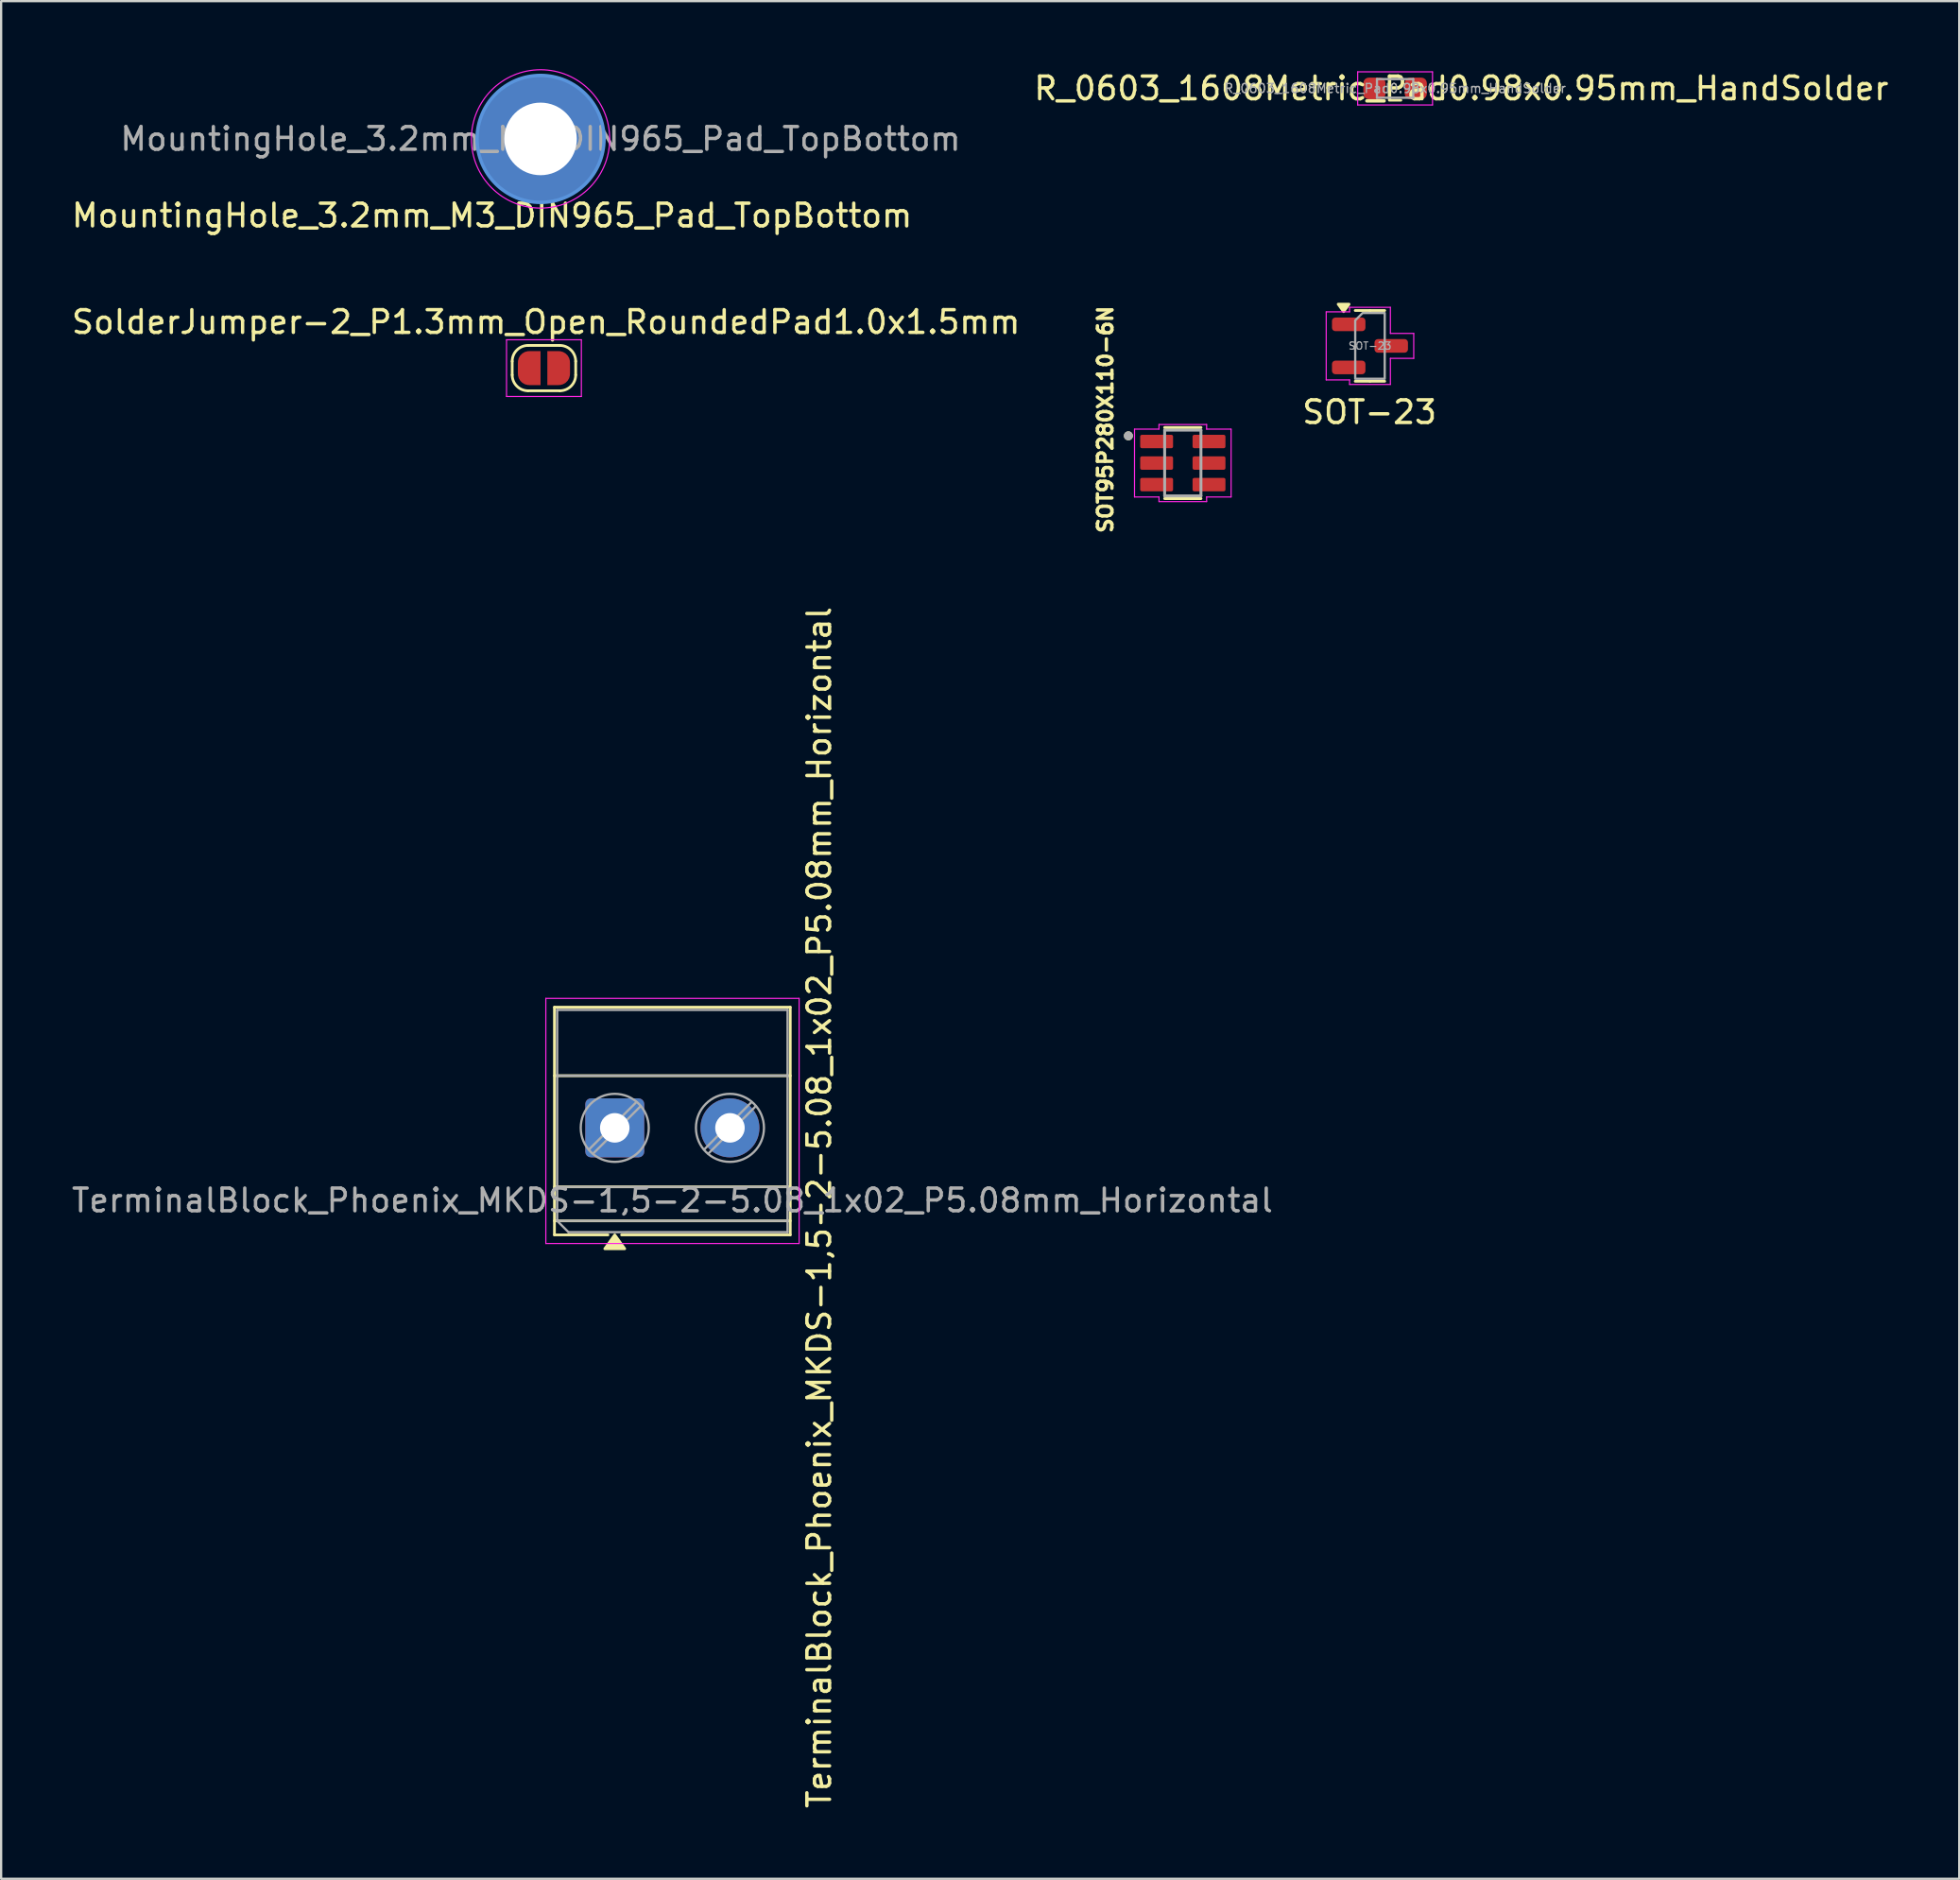
<source format=kicad_pcb>
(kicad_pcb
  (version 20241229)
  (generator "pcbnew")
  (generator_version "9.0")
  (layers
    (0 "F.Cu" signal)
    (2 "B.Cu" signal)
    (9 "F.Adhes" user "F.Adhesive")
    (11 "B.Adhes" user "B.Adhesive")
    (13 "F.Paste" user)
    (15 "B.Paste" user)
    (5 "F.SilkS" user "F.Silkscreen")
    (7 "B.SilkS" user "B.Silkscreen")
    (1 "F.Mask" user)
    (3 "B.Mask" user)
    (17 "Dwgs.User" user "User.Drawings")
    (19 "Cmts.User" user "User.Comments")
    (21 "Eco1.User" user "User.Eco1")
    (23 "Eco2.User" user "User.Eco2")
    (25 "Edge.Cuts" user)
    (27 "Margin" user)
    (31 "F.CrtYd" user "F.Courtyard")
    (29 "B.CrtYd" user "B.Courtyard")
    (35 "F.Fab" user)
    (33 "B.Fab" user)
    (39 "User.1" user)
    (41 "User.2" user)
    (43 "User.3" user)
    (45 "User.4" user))
  (footprint "MountingHole_3.2mm_M3_DIN965_Pad_TopBottom"
    (layer "F.Cu")
    (at 20.788 3.075)
    (property "Reference" "MountingHole_3.2mm_M3_DIN965_Pad_TopBottom" (at -2.139 3.378 0) (layer "F.SilkS") (effects (font (size 1 1) (thickness 0.15))))
    (attr exclude_from_pos_files exclude_from_bom)
    (fp_circle (center 0 0) (end 2.8 0) (stroke (width 0.15) (type solid)) (fill no) (layer "Cmts.User"))
    (fp_circle (center 0 0) (end 3.05 0) (stroke (width 0.05) (type solid)) (fill no) (layer "F.CrtYd"))
    (fp_text user "${REFERENCE}" (at 0 0 0) (layer "F.Fab") (effects (font (size 1 1) (thickness 0.15))))
    (pad "1" thru_hole circle (at 0 0) (size 3.6 3.6) (drill 3.2) (layers "*.Cu" "*.Mask"))
    (pad "1" connect circle (at 0 0) (size 5.6 5.6) (layers "F.Cu" "F.Mask"))
    (pad "1" connect circle (at 0 0) (size 5.6 5.6) (layers "B.Cu" "B.Mask")))
  (footprint "R_0603_1608Metric_Pad0.98x0.95mm_HandSolder"
    (layer "F.Cu")
    (at 58.474 0.848)
    (property "Reference" "R_0603_1608Metric_Pad0.98x0.95mm_HandSolder" (at 2.921 0 180) (layer "F.SilkS") (effects (font (size 1 1) (thickness 0.15))))
    (attr smd)
    (fp_line (start -0.255 -0.522) (end 0.255 -0.522) (stroke (width 0.12) (type solid)) (layer "F.SilkS"))
    (fp_line (start -0.255 0.522) (end 0.255 0.522) (stroke (width 0.12) (type solid)) (layer "F.SilkS"))
    (fp_line (start -1.65 -0.73) (end 1.65 -0.73) (stroke (width 0.05) (type solid)) (layer "F.CrtYd"))
    (fp_line (start -1.65 0.73) (end -1.65 -0.73) (stroke (width 0.05) (type solid)) (layer "F.CrtYd"))
    (fp_line (start 1.65 -0.73) (end 1.65 0.73) (stroke (width 0.05) (type solid)) (layer "F.CrtYd"))
    (fp_line (start 1.65 0.73) (end -1.65 0.73) (stroke (width 0.05) (type solid)) (layer "F.CrtYd"))
    (fp_line (start -0.8 -0.412) (end 0.8 -0.412) (stroke (width 0.1) (type solid)) (layer "F.Fab"))
    (fp_line (start -0.8 0.412) (end -0.8 -0.412) (stroke (width 0.1) (type solid)) (layer "F.Fab"))
    (fp_line (start 0.8 -0.412) (end 0.8 0.412) (stroke (width 0.1) (type solid)) (layer "F.Fab"))
    (fp_line (start 0.8 0.412) (end -0.8 0.412) (stroke (width 0.1) (type solid)) (layer "F.Fab"))
    (fp_text user "${REFERENCE}" (at 0 0 180) (layer "F.Fab") (effects (font (size 0.4 0.4) (thickness 0.06))))
    (pad "1" smd roundrect (at -0.912 0) (size 0.975 0.95) (layers "F.Cu" "F.Mask" "F.Paste") (roundrect_rratio 0.25))
    (pad "2" smd roundrect (at 0.912 0) (size 0.975 0.95) (layers "F.Cu" "F.Mask" "F.Paste") (roundrect_rratio 0.25)))
  (footprint "SOT95P280X110-6N"
    (layer "F.Cu")
    (at 49.112 17.367)
    (property "Reference" "SOT95P280X110-6N" (at -3.415 -1.922 90) (layer "F.SilkS") (effects (font (size 0.64 0.64) (thickness 0.15))))
    (attr smd)
    (fp_line (start -0.8 -1.565) (end 0.8 -1.565) (stroke (width 0.127) (type solid)) (layer "F.SilkS"))
    (fp_line (start -0.8 1.565) (end 0.8 1.565) (stroke (width 0.127) (type solid)) (layer "F.SilkS"))
    (fp_circle (center -2.4 -1.2) (end -2.3 -1.2) (stroke (width 0.2) (type solid)) (fill no) (layer "F.SilkS"))
    (fp_line (start -2.13 -1.495) (end -2.13 1.495) (stroke (width 0.05) (type solid)) (layer "F.CrtYd"))
    (fp_line (start -2.13 1.495) (end -1.05 1.495) (stroke (width 0.05) (type solid)) (layer "F.CrtYd"))
    (fp_line (start -1.05 -1.7) (end -1.05 -1.495) (stroke (width 0.05) (type solid)) (layer "F.CrtYd"))
    (fp_line (start -1.05 -1.495) (end -2.13 -1.495) (stroke (width 0.05) (type solid)) (layer "F.CrtYd"))
    (fp_line (start -1.05 1.495) (end -1.05 1.7) (stroke (width 0.05) (type solid)) (layer "F.CrtYd"))
    (fp_line (start -1.05 1.7) (end 1.05 1.7) (stroke (width 0.05) (type solid)) (layer "F.CrtYd"))
    (fp_line (start 1.05 -1.7) (end -1.05 -1.7) (stroke (width 0.05) (type solid)) (layer "F.CrtYd"))
    (fp_line (start 1.05 -1.495) (end 1.05 -1.7) (stroke (width 0.05) (type solid)) (layer "F.CrtYd"))
    (fp_line (start 1.05 1.495) (end 2.13 1.495) (stroke (width 0.05) (type solid)) (layer "F.CrtYd"))
    (fp_line (start 1.05 1.7) (end 1.05 1.495) (stroke (width 0.05) (type solid)) (layer "F.CrtYd"))
    (fp_line (start 2.13 -1.495) (end 1.05 -1.495) (stroke (width 0.05) (type solid)) (layer "F.CrtYd"))
    (fp_line (start 2.13 1.495) (end 2.13 -1.495) (stroke (width 0.05) (type solid)) (layer "F.CrtYd"))
    (fp_line (start -0.8 -1.45) (end -0.8 1.45) (stroke (width 0.127) (type solid)) (layer "F.Fab"))
    (fp_line (start -0.8 1.45) (end 0.8 1.45) (stroke (width 0.127) (type solid)) (layer "F.Fab"))
    (fp_line (start 0.8 -1.45) (end -0.8 -1.45) (stroke (width 0.127) (type solid)) (layer "F.Fab"))
    (fp_line (start 0.8 1.45) (end 0.8 -1.45) (stroke (width 0.127) (type solid)) (layer "F.Fab"))
    (fp_circle (center -2.4 -1.2) (end -2.3 -1.2) (stroke (width 0.2) (type solid)) (fill no) (layer "F.Fab"))
    (pad "1" smd roundrect (at -1.155 -0.95) (size 1.45 0.59) (layers "F.Cu" "F.Mask" "F.Paste") (roundrect_rratio 0.125))
    (pad "2" smd roundrect (at -1.155 0) (size 1.45 0.59) (layers "F.Cu" "F.Mask" "F.Paste") (roundrect_rratio 0.125))
    (pad "3" smd roundrect (at -1.155 0.95) (size 1.45 0.59) (layers "F.Cu" "F.Mask" "F.Paste") (roundrect_rratio 0.125))
    (pad "4" smd roundrect (at 1.155 0.95) (size 1.45 0.59) (layers "F.Cu" "F.Mask" "F.Paste") (roundrect_rratio 0.125))
    (pad "5" smd roundrect (at 1.155 0) (size 1.45 0.59) (layers "F.Cu" "F.Mask" "F.Paste") (roundrect_rratio 0.125))
    (pad "6" smd roundrect (at 1.155 -0.95) (size 1.45 0.59) (layers "F.Cu" "F.Mask" "F.Paste") (roundrect_rratio 0.125)))
  (footprint "SOT-23"
    (layer "F.Cu")
    (at 57.366 12.201)
    (property "Reference" "SOT-23" (at -0.022 2.922 180) (layer "F.SilkS") (effects (font (size 1 1) (thickness 0.15))))
    (attr smd)
    (fp_line (start 0 -1.56) (end -0.65 -1.56) (stroke (width 0.12) (type solid)) (layer "F.SilkS"))
    (fp_line (start 0 -1.56) (end 0.65 -1.56) (stroke (width 0.12) (type solid)) (layer "F.SilkS"))
    (fp_line (start 0 1.56) (end -0.65 1.56) (stroke (width 0.12) (type solid)) (layer "F.SilkS"))
    (fp_line (start 0 1.56) (end 0.65 1.56) (stroke (width 0.12) (type solid)) (layer "F.SilkS"))
    (fp_poly (pts (xy -1.163 -1.51) (xy -1.403 -1.84) (xy -0.922 -1.84)) (stroke (width 0.12) (type solid)) (fill yes) (layer "F.SilkS"))
    (fp_line (start -1.93 -1.5) (end -0.9 -1.5) (stroke (width 0.05) (type solid)) (layer "F.CrtYd"))
    (fp_line (start -1.93 1.5) (end -1.93 -1.5) (stroke (width 0.05) (type solid)) (layer "F.CrtYd"))
    (fp_line (start -0.9 -1.7) (end 0.9 -1.7) (stroke (width 0.05) (type solid)) (layer "F.CrtYd"))
    (fp_line (start -0.9 -1.5) (end -0.9 -1.7) (stroke (width 0.05) (type solid)) (layer "F.CrtYd"))
    (fp_line (start -0.9 1.5) (end -1.93 1.5) (stroke (width 0.05) (type solid)) (layer "F.CrtYd"))
    (fp_line (start -0.9 1.7) (end -0.9 1.5) (stroke (width 0.05) (type solid)) (layer "F.CrtYd"))
    (fp_line (start 0.9 -1.7) (end 0.9 -0.55) (stroke (width 0.05) (type solid)) (layer "F.CrtYd"))
    (fp_line (start 0.9 -0.55) (end 1.93 -0.55) (stroke (width 0.05) (type solid)) (layer "F.CrtYd"))
    (fp_line (start 0.9 0.55) (end 0.9 1.7) (stroke (width 0.05) (type solid)) (layer "F.CrtYd"))
    (fp_line (start 0.9 1.7) (end -0.9 1.7) (stroke (width 0.05) (type solid)) (layer "F.CrtYd"))
    (fp_line (start 1.93 -0.55) (end 1.93 0.55) (stroke (width 0.05) (type solid)) (layer "F.CrtYd"))
    (fp_line (start 1.93 0.55) (end 0.9 0.55) (stroke (width 0.05) (type solid)) (layer "F.CrtYd"))
    (fp_poly (pts (xy -0.65 -1.125) (xy -0.65 1.45) (xy 0.65 1.45) (xy 0.65 -1.45) (xy -0.325 -1.45)) (stroke (width 0.1) (type solid)) (fill no) (layer "F.Fab"))
    (fp_text user "${REFERENCE}" (at 0 0 180) (layer "F.Fab") (effects (font (size 0.32 0.32) (thickness 0.05))))
    (pad "1" smd roundrect (at -0.938 -0.95) (size 1.475 0.6) (layers "F.Cu" "F.Mask" "F.Paste") (roundrect_rratio 0.25))
    (pad "2" smd roundrect (at -0.938 0.95) (size 1.475 0.6) (layers "F.Cu" "F.Mask" "F.Paste") (roundrect_rratio 0.25))
    (pad "3" smd roundrect (at 0.938 0) (size 1.475 0.6) (layers "F.Cu" "F.Mask" "F.Paste") (roundrect_rratio 0.25)))
  (footprint "SolderJumper-2_P1.3mm_Open_RoundedPad1.0x1.5mm"
    (layer "F.Cu")
    (at 20.938 13.181)
    (property "Reference" "SolderJumper-2_P1.3mm_Open_RoundedPad1.0x1.5mm" (at 0.091 -2.032 0) (layer "F.SilkS") (effects (font (size 1 1) (thickness 0.15))))
    (attr exclude_from_pos_files exclude_from_bom allow_soldermask_bridges)
    (fp_rect (start -0.15 -0.75) (end 0.15 0.75) (stroke (width 0) (type default)) (fill yes) (layer "F.Mask"))
    (fp_line (start -1.4 0.3) (end -1.4 -0.3) (stroke (width 0.12) (type solid)) (layer "F.SilkS"))
    (fp_line (start -0.7 -1) (end 0.7 -1) (stroke (width 0.12) (type solid)) (layer "F.SilkS"))
    (fp_line (start 0.7 1) (end -0.7 1) (stroke (width 0.12) (type solid)) (layer "F.SilkS"))
    (fp_line (start 1.4 -0.3) (end 1.4 0.3) (stroke (width 0.12) (type solid)) (layer "F.SilkS"))
    (fp_arc (start -1.4 -0.3) (mid -1.194975 -0.794975) (end -0.7 -1) (stroke (width 0.12) (type solid)) (layer "F.SilkS"))
    (fp_arc (start -0.7 1) (mid -1.194975 0.794975) (end -1.4 0.3) (stroke (width 0.12) (type solid)) (layer "F.SilkS"))
    (fp_arc (start 0.7 -1) (mid 1.194975 -0.794975) (end 1.4 -0.3) (stroke (width 0.12) (type solid)) (layer "F.SilkS"))
    (fp_arc (start 1.4 0.3) (mid 1.194975 0.794975) (end 0.7 1) (stroke (width 0.12) (type solid)) (layer "F.SilkS"))
    (fp_line (start -1.65 -1.25) (end -1.65 1.25) (stroke (width 0.05) (type solid)) (layer "F.CrtYd"))
    (fp_line (start -1.65 -1.25) (end 1.65 -1.25) (stroke (width 0.05) (type solid)) (layer "F.CrtYd"))
    (fp_line (start 1.65 1.25) (end -1.65 1.25) (stroke (width 0.05) (type solid)) (layer "F.CrtYd"))
    (fp_line (start 1.65 1.25) (end 1.65 -1.25) (stroke (width 0.05) (type solid)) (layer "F.CrtYd"))
    (pad "1" smd custom (at -0.65 0) (size 1 0.5) (layers "F.Cu" "F.Mask") (options (anchor rect)) (primitives (gr_circle (center 0 0.25) (end 0.5 0.25) (width 0) (fill yes)) (gr_circle (center 0 -0.25) (end 0.5 -0.25) (width 0) (fill yes)) (gr_poly (pts (xy 0.5 0.75) (xy 0 0.75) (xy 0 -0.75) (xy 0.5 -0.75)) (width 0) (fill yes))))
    (pad "2" smd custom (at 0.65 0) (size 1 0.5) (layers "F.Cu" "F.Mask") (options (anchor rect)) (primitives (gr_circle (center 0 0.25) (end 0.5 0.25) (width 0) (fill yes)) (gr_circle (center 0 -0.25) (end 0.5 -0.25) (width 0) (fill yes)) (gr_poly (pts (xy 0 0.75) (xy -0.5 0.75) (xy -0.5 -0.75) (xy 0 -0.75)) (width 0) (fill yes)))))
  (footprint "TerminalBlock_Phoenix_MKDS-1,5-2-5.08_1x02_P5.08mm_Horizontal"
    (layer "F.Cu")
    (at 24.061 46.68)
    (property "Reference" "TerminalBlock_Phoenix_MKDS-1,5-2-5.08_1x02_P5.08mm_Horizontal" (at 9.017 3.51 90) (layer "F.SilkS") (effects (font (size 1 1) (thickness 0.15))))
    (attr through_hole)
    (fp_line (start -2.66 -5.32) (end 7.74 -5.32) (stroke (width 0.12) (type solid)) (layer "F.SilkS"))
    (fp_line (start -2.66 -2.3) (end 7.74 -2.3) (stroke (width 0.12) (type solid)) (layer "F.SilkS"))
    (fp_line (start -2.66 2.6) (end 7.74 2.6) (stroke (width 0.12) (type solid)) (layer "F.SilkS"))
    (fp_line (start -2.66 4.1) (end 7.74 4.1) (stroke (width 0.12) (type solid)) (layer "F.SilkS"))
    (fp_line (start -2.66 4.72) (end -2.66 -5.32) (stroke (width 0.12) (type solid)) (layer "F.SilkS"))
    (fp_line (start -0.3 4.72) (end -2.66 4.72) (stroke (width 0.12) (type solid)) (layer "F.SilkS"))
    (fp_line (start 7.74 -5.32) (end 7.74 4.72) (stroke (width 0.12) (type solid)) (layer "F.SilkS"))
    (fp_line (start 7.74 4.72) (end 0.3 4.72) (stroke (width 0.12) (type solid)) (layer "F.SilkS"))
    (fp_poly (pts (xy 0 4.72) (xy 0.44 5.33) (xy -0.44 5.33)) (stroke (width 0.12) (type solid)) (fill yes) (layer "F.SilkS"))
    (fp_line (start -3.04 -5.71) (end -3.04 5.1) (stroke (width 0.05) (type solid)) (layer "F.CrtYd"))
    (fp_line (start -3.04 5.1) (end 8.13 5.1) (stroke (width 0.05) (type solid)) (layer "F.CrtYd"))
    (fp_line (start 8.13 -5.71) (end -3.04 -5.71) (stroke (width 0.05) (type solid)) (layer "F.CrtYd"))
    (fp_line (start 8.13 5.1) (end 8.13 -5.71) (stroke (width 0.05) (type solid)) (layer "F.CrtYd"))
    (fp_line (start -2.54 -5.2) (end 7.62 -5.2) (stroke (width 0.1) (type solid)) (layer "F.Fab"))
    (fp_line (start -2.54 -2.3) (end 7.62 -2.3) (stroke (width 0.1) (type solid)) (layer "F.Fab"))
    (fp_line (start -2.54 2.6) (end 7.62 2.6) (stroke (width 0.1) (type solid)) (layer "F.Fab"))
    (fp_line (start -2.54 4.1) (end -2.54 -5.2) (stroke (width 0.1) (type solid)) (layer "F.Fab"))
    (fp_line (start -2.54 4.1) (end 7.62 4.1) (stroke (width 0.1) (type solid)) (layer "F.Fab"))
    (fp_line (start -2.04 4.6) (end -2.54 4.1) (stroke (width 0.1) (type solid)) (layer "F.Fab"))
    (fp_line (start 0.955 -1.138) (end -1.138 0.955) (stroke (width 0.1) (type solid)) (layer "F.Fab"))
    (fp_line (start 1.138 -0.955) (end -0.955 1.138) (stroke (width 0.1) (type solid)) (layer "F.Fab"))
    (fp_line (start 6.035 -1.138) (end 3.942 0.955) (stroke (width 0.1) (type solid)) (layer "F.Fab"))
    (fp_line (start 6.218 -0.955) (end 4.125 1.138) (stroke (width 0.1) (type solid)) (layer "F.Fab"))
    (fp_line (start 7.62 -5.2) (end 7.62 4.6) (stroke (width 0.1) (type solid)) (layer "F.Fab"))
    (fp_line (start 7.62 4.6) (end -2.04 4.6) (stroke (width 0.1) (type solid)) (layer "F.Fab"))
    (fp_circle (center 0 0) (end 1.5 0) (stroke (width 0.1) (type solid)) (fill no) (layer "F.Fab"))
    (fp_circle (center 5.08 0) (end 6.58 0) (stroke (width 0.1) (type solid)) (fill no) (layer "F.Fab"))
    (fp_text user "${REFERENCE}" (at 2.54 3.2 0) (layer "F.Fab") (effects (font (size 1 1) (thickness 0.15))))
    (pad "1" thru_hole roundrect (at 0 0) (size 2.6 2.6) (drill 1.3) (layers "*.Cu" "*.Mask") (roundrect_rratio 0.096))
    (pad "2" thru_hole circle (at 5.08 0) (size 2.6 2.6) (drill 1.3) (layers "*.Cu" "*.Mask")))
  (gr_rect
    (start -3 -3)
    (end 83.353 79.791)
    (stroke (width 0.1) (type default))
    (fill no)
    (layer "Edge.Cuts")))
</source>
